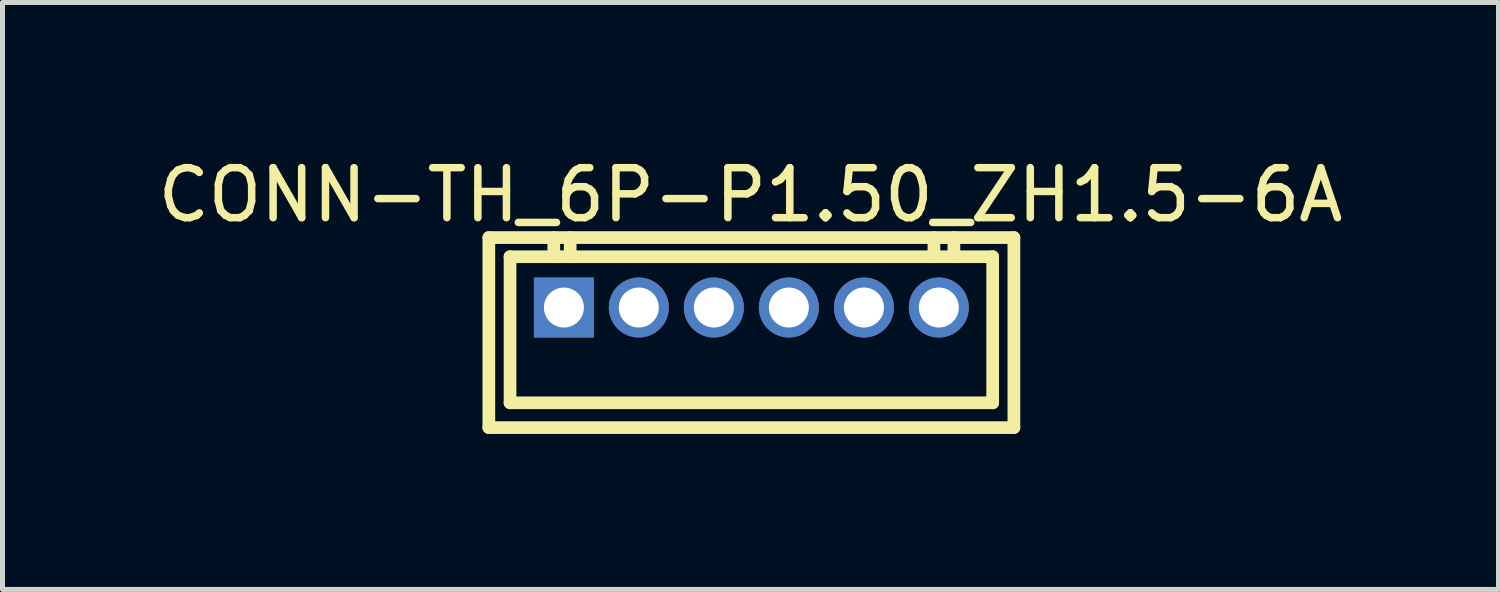
<source format=kicad_pcb>
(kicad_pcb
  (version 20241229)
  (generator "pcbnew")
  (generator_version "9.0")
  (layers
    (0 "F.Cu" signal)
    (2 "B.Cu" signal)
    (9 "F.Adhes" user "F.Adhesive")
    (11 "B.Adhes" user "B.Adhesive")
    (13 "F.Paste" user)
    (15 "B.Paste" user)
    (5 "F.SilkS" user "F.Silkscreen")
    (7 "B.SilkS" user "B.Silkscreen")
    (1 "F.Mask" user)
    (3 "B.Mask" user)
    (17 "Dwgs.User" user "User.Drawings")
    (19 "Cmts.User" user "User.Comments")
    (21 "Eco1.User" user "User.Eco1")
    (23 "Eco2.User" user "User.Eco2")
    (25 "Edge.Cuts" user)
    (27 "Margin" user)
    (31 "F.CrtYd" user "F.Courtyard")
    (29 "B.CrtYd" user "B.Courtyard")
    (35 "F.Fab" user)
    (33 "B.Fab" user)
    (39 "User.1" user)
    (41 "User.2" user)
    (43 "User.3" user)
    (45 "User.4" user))
  (footprint "CONN-TH_6P-P1.50_ZH1.5-6A"
    (layer "F.Cu")
    (at 11.976 3.1)
    (property "Reference" "CONN-TH_6P-P1.50_ZH1.5-6A" (at -0.017 -2.252 0) (layer "F.SilkS") (effects (font (size 1 1) (thickness 0.15))))
    (fp_line (start -5.25 -1.399) (end 5.25 -1.399) (stroke (width 0.254) (type default)) (layer "F.SilkS"))
    (fp_line (start -5.25 2.401) (end -5.25 -1.399) (stroke (width 0.254) (type default)) (layer "F.SilkS"))
    (fp_line (start -4.826 -1.016) (end 4.826 -1.016) (stroke (width 0.254) (type default)) (layer "F.SilkS"))
    (fp_line (start -4.826 1.905) (end -4.826 -1.016) (stroke (width 0.254) (type default)) (layer "F.SilkS"))
    (fp_line (start -3.951 -1.399) (end -3.951 -1.016) (stroke (width 0.254) (type default)) (layer "F.SilkS"))
    (fp_line (start -3.624 -1.399) (end -3.624 -1.016) (stroke (width 0.254) (type default)) (layer "F.SilkS"))
    (fp_line (start 3.651 -1.016) (end 3.651 -1.399) (stroke (width 0.254) (type default)) (layer "F.SilkS"))
    (fp_line (start 4.05 -1.399) (end 4.05 -1.016) (stroke (width 0.254) (type default)) (layer "F.SilkS"))
    (fp_line (start 4.826 -1.016) (end 4.826 1.905) (stroke (width 0.254) (type default)) (layer "F.SilkS"))
    (fp_line (start 4.826 1.905) (end -4.826 1.905) (stroke (width 0.254) (type default)) (layer "F.SilkS"))
    (fp_line (start 5.25 -1.399) (end 5.25 2.401) (stroke (width 0.254) (type default)) (layer "F.SilkS"))
    (fp_line (start 5.25 2.401) (end -5.25 2.401) (stroke (width 0.254) (type default)) (layer "F.SilkS"))
    (fp_poly (pts (xy -3.449 0) (xy -3.467 -0.103) (xy -3.519 -0.193) (xy -3.599 -0.26) (xy -3.697 -0.295) (xy -3.801 -0.295) (xy -3.899 -0.26) (xy -3.979 -0.193) (xy -4.031 -0.103) (xy -4.049 0) (xy -4.031 0.103) (xy -3.979 0.193) (xy -3.899 0.26) (xy -3.801 0.295) (xy -3.697 0.295) (xy -3.599 0.26) (xy -3.519 0.193) (xy -3.467 0.103)) (stroke (width 0.1) (type default)) (fill no) (layer "User.1"))
    (fp_poly (pts (xy -1.95 0) (xy -1.969 -0.103) (xy -2.021 -0.193) (xy -2.1 -0.26) (xy -2.198 -0.295) (xy -2.303 -0.295) (xy -2.401 -0.26) (xy -2.48 -0.193) (xy -2.532 -0.103) (xy -2.55 0) (xy -2.532 0.103) (xy -2.48 0.193) (xy -2.401 0.26) (xy -2.303 0.295) (xy -2.198 0.295) (xy -2.1 0.26) (xy -2.021 0.193) (xy -1.969 0.103)) (stroke (width 0.1) (type default)) (fill no) (layer "User.1"))
    (fp_poly (pts (xy -0.45 0) (xy -0.468 -0.103) (xy -0.52 -0.193) (xy -0.6 -0.26) (xy -0.697 -0.295) (xy -0.802 -0.295) (xy -0.899 -0.26) (xy -0.979 -0.193) (xy -1.031 -0.103) (xy -1.05 0) (xy -1.031 0.103) (xy -0.979 0.193) (xy -0.899 0.26) (xy -0.802 0.295) (xy -0.697 0.295) (xy -0.6 0.26) (xy -0.52 0.193) (xy -0.468 0.103)) (stroke (width 0.1) (type default)) (fill no) (layer "User.1"))
    (fp_poly (pts (xy 1.05 0) (xy 1.031 -0.103) (xy 0.979 -0.193) (xy 0.899 -0.26) (xy 0.802 -0.295) (xy 0.697 -0.295) (xy 0.6 -0.26) (xy 0.52 -0.193) (xy 0.468 -0.103) (xy 0.45 0) (xy 0.468 0.103) (xy 0.52 0.193) (xy 0.6 0.26) (xy 0.697 0.295) (xy 0.802 0.295) (xy 0.899 0.26) (xy 0.979 0.193) (xy 1.031 0.103)) (stroke (width 0.1) (type default)) (fill no) (layer "User.1"))
    (fp_poly (pts (xy 2.55 0) (xy 2.532 -0.103) (xy 2.48 -0.193) (xy 2.401 -0.26) (xy 2.303 -0.295) (xy 2.198 -0.295) (xy 2.1 -0.26) (xy 2.021 -0.193) (xy 1.969 -0.103) (xy 1.95 0) (xy 1.969 0.103) (xy 2.021 0.193) (xy 2.1 0.26) (xy 2.198 0.295) (xy 2.303 0.295) (xy 2.401 0.26) (xy 2.48 0.193) (xy 2.532 0.103)) (stroke (width 0.1) (type default)) (fill no) (layer "User.1"))
    (fp_poly (pts (xy 4.049 0) (xy 4.031 -0.103) (xy 3.979 -0.193) (xy 3.899 -0.26) (xy 3.801 -0.295) (xy 3.697 -0.295) (xy 3.599 -0.26) (xy 3.519 -0.193) (xy 3.467 -0.103) (xy 3.449 0) (xy 3.467 0.103) (xy 3.519 0.193) (xy 3.599 0.26) (xy 3.697 0.295) (xy 3.801 0.295) (xy 3.899 0.26) (xy 3.979 0.193) (xy 4.031 0.103)) (stroke (width 0.1) (type default)) (fill no) (layer "User.1"))
    (fp_line (start -5.377 -1.526) (end 5.377 -1.526) (stroke (width 0.051) (type default)) (layer "User.2"))
    (fp_line (start -5.377 2.527) (end -5.377 -1.526) (stroke (width 0.051) (type default)) (layer "User.2"))
    (fp_line (start 5.377 -1.526) (end 5.377 2.527) (stroke (width 0.051) (type default)) (layer "User.2"))
    (fp_line (start 5.377 2.527) (end -5.377 2.527) (stroke (width 0.051) (type default)) (layer "User.2"))
    (fp_poly (pts (xy -5.317 2.527) (xy -5.335 2.485) (xy -5.377 2.467) (xy -5.419 2.485) (xy -5.437 2.527) (xy -5.419 2.57) (xy -5.377 2.587) (xy -5.335 2.57)) (stroke (width 0.1) (type default)) (fill no) (layer "User.3"))
    (pad "1" thru_hole rect (at -3.749 0) (size 1.2 1.2) (drill 0.8) (layers "*.Cu" "*.Mask"))
    (pad "2" thru_hole circle (at -2.251 0) (size 1.2 1.2) (drill 0.8) (layers "*.Cu" "*.Mask"))
    (pad "3" thru_hole circle (at -0.75 0) (size 1.2 1.2) (drill 0.8) (layers "*.Cu" "*.Mask"))
    (pad "4" thru_hole circle (at 0.75 0) (size 1.2 1.2) (drill 0.8) (layers "*.Cu" "*.Mask"))
    (pad "5" thru_hole circle (at 2.251 0) (size 1.2 1.2) (drill 0.8) (layers "*.Cu" "*.Mask"))
    (pad "6" thru_hole circle (at 3.749 0) (size 1.2 1.2) (drill 0.8) (layers "*.Cu" "*.Mask")))
  (gr_rect
    (start -3 -3)
    (end 26.917 8.738)
    (stroke (width 0.1) (type default))
    (fill no)
    (layer "Edge.Cuts")))
</source>
